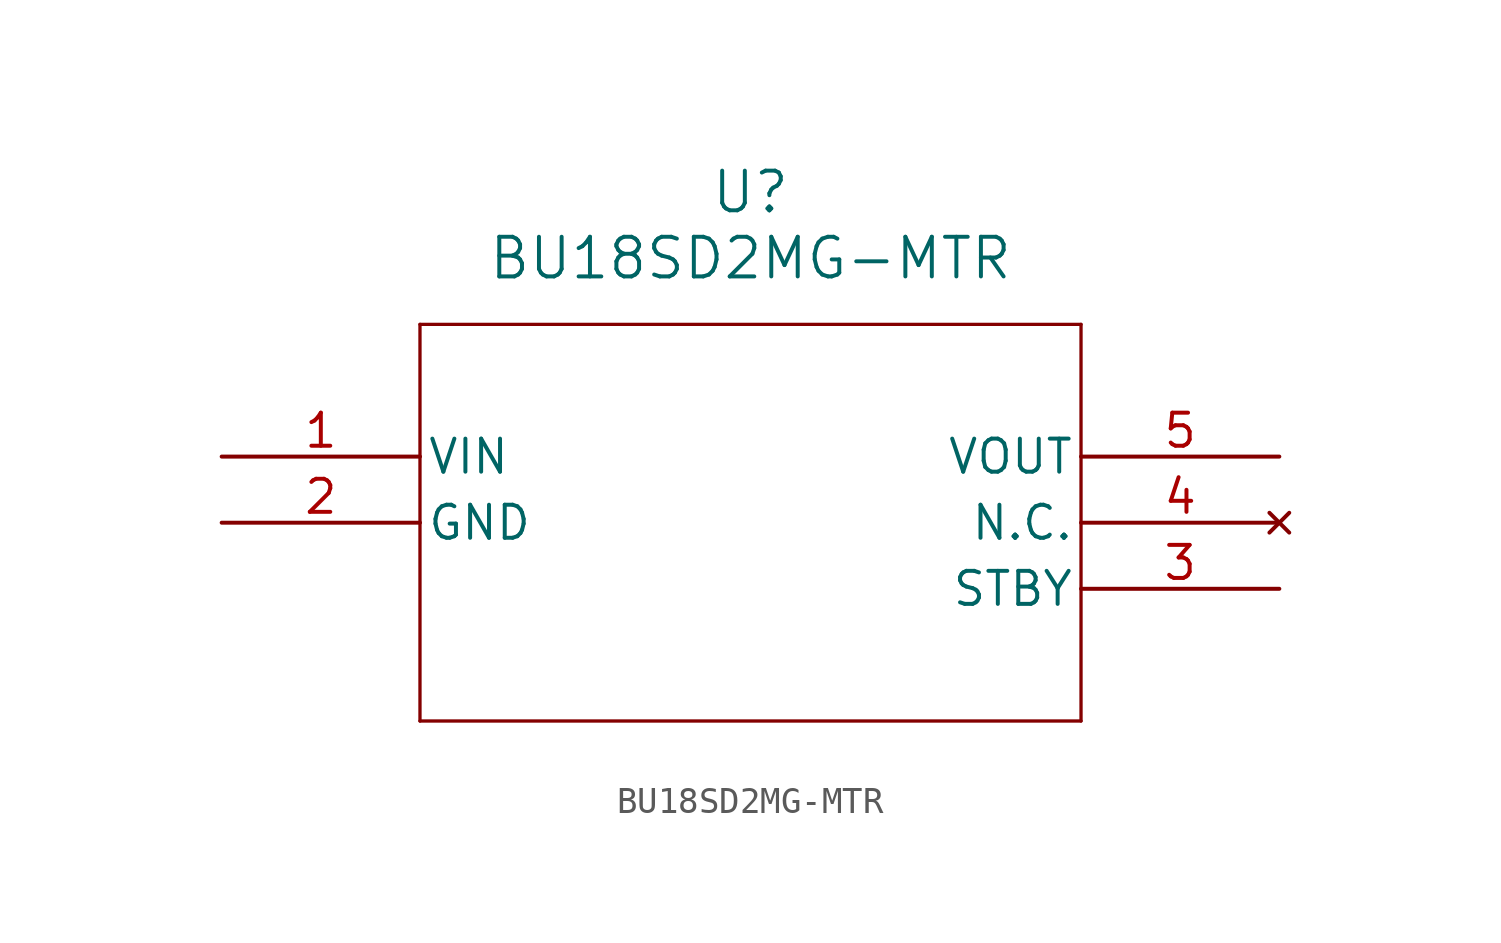
<source format=kicad_sym>
(kicad_symbol_lib
  (version 20211014)
  (generator kicad_symbol_editor)
  (symbol "BU18SD2MG-MTR"
    (pin_names
      (offset 0.254))
    (property "Reference" "U"
      (at 20.32 10.16 0)
      (effects (font (size 1.524 1.524))))
    (property "Value" "BU18SD2MG-MTR"
      (at 20.32 7.62 0)
      (effects (font (size 1.524 1.524))))
    (symbol "BU18SD2MG-MTR_0_1"
      (polyline (pts (xy 7.62 5.08) (xy 7.62 -10.16)) (stroke (width 0.127) (type default) (color 0 0 0 0)) (fill (type none)))
      (polyline (pts (xy 7.62 -10.16) (xy 33.02 -10.16)) (stroke (width 0.127) (type default) (color 0 0 0 0)) (fill (type none)))
      (polyline (pts (xy 33.02 -10.16) (xy 33.02 5.08)) (stroke (width 0.127) (type default) (color 0 0 0 0)) (fill (type none)))
      (polyline (pts (xy 33.02 5.08) (xy 7.62 5.08)) (stroke (width 0.127) (type default) (color 0 0 0 0)) (fill (type none)))
      (pin unspecified line (at 0 0 0) (length 7.62) (name "VIN" (effects (font (size 1.27 1.27)))) (number "1" (effects (font (size 1.27 1.27)))))
      (pin power_out line (at 0 -2.54 0) (length 7.62) (name "GND" (effects (font (size 1.27 1.27)))) (number "2" (effects (font (size 1.27 1.27)))))
      (pin unspecified line (at 40.64 -5.08 180) (length 7.62) (name "STBY" (effects (font (size 1.27 1.27)))) (number "3" (effects (font (size 1.27 1.27)))))
      (pin no_connect line (at 40.64 -2.54 180) (length 7.62) (name "N.C." (effects (font (size 1.27 1.27)))) (number "4" (effects (font (size 1.27 1.27)))))
      (pin output line (at 40.64 0 180) (length 7.62) (name "VOUT" (effects (font (size 1.27 1.27)))) (number "5" (effects (font (size 1.27 1.27))))))))
</source>
